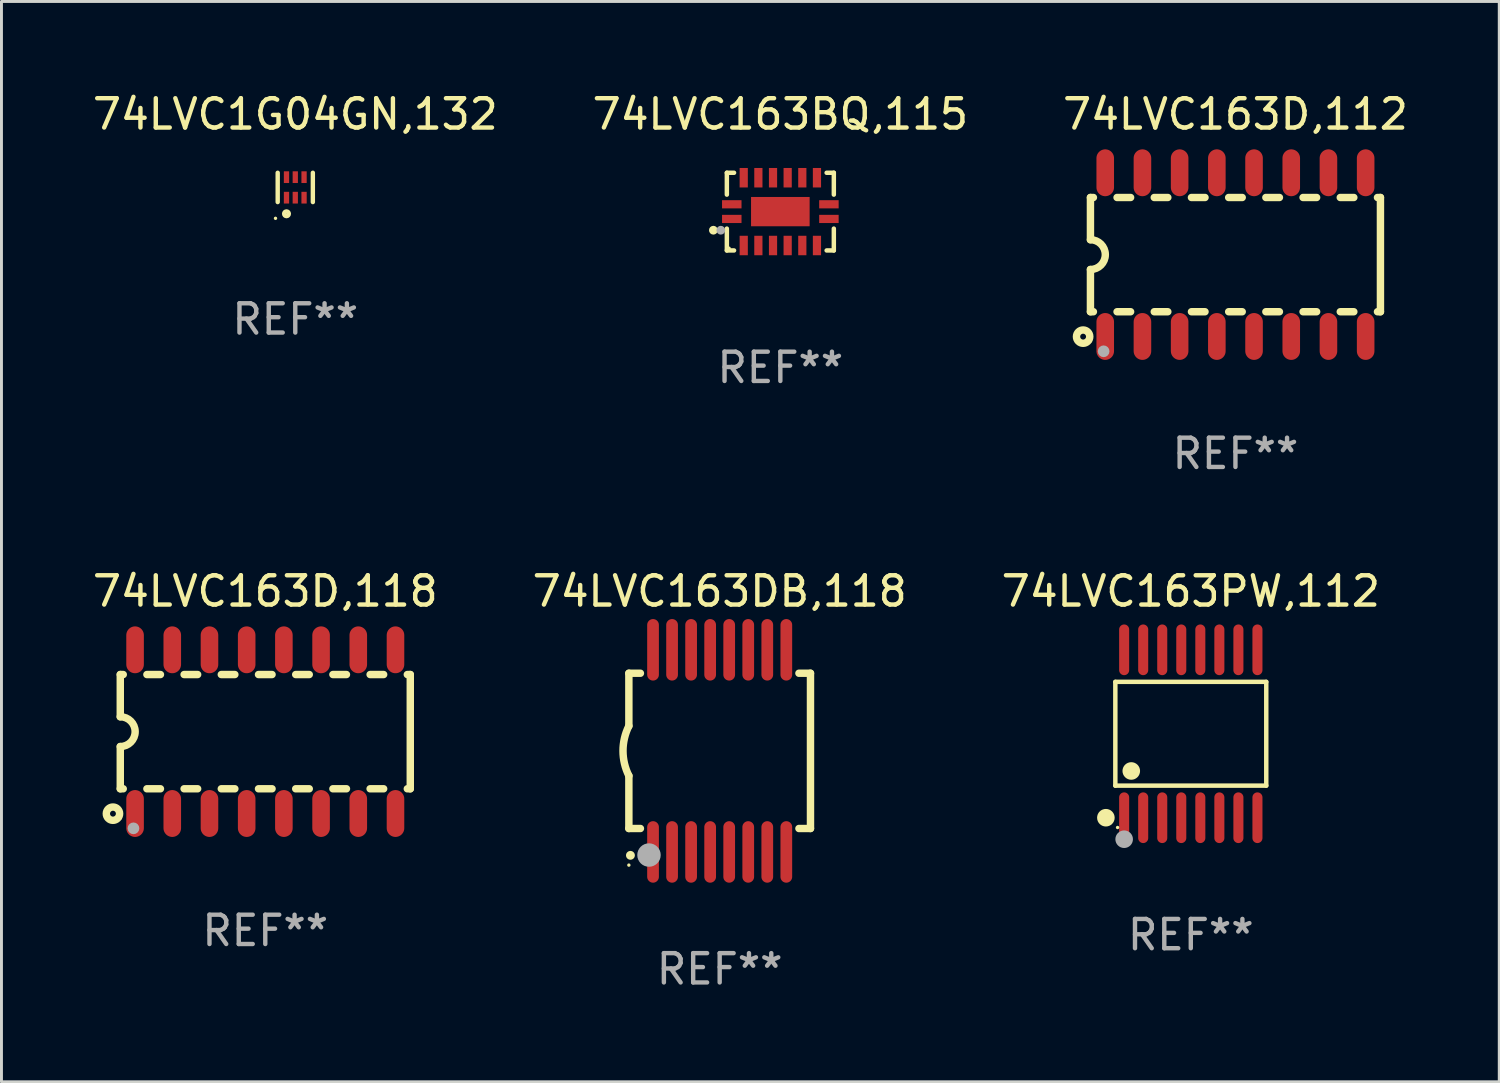
<source format=kicad_pcb>
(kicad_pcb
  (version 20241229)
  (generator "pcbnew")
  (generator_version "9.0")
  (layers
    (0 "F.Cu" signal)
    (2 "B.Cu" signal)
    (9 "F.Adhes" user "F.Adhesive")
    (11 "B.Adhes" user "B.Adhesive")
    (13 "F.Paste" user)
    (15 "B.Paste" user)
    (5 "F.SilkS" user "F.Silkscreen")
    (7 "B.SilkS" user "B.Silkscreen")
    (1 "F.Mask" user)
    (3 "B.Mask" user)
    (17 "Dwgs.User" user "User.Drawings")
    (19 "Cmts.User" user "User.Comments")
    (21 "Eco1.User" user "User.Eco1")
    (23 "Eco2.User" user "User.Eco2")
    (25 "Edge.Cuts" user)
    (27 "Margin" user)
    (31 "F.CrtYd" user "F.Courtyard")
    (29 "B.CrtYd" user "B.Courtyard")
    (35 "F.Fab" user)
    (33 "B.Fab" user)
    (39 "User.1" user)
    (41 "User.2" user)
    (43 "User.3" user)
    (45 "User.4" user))
  (footprint "74LVC163BQ,115"
    (layer "F.Cu")
    (at 23.589 4.174)
    (property "Reference" "74LVC163BQ,115" (at 0 -3.326 0) (layer "F.SilkS") (effects (font (size 1 1) (thickness 0.15))))
    (attr through_hole)
    (fp_line (start -1.826 -1.326) (end -1.58 -1.326) (stroke (width 0.152) (type solid)) (layer "F.SilkS"))
    (fp_line (start -1.826 -0.58) (end -1.826 -1.326) (stroke (width 0.152) (type solid)) (layer "F.SilkS"))
    (fp_line (start -1.826 0.58) (end -1.826 1.326) (stroke (width 0.152) (type solid)) (layer "F.SilkS"))
    (fp_line (start -1.826 1.326) (end -1.58 1.326) (stroke (width 0.152) (type solid)) (layer "F.SilkS"))
    (fp_line (start 1.826 -1.326) (end 1.58 -1.326) (stroke (width 0.152) (type solid)) (layer "F.SilkS"))
    (fp_line (start 1.826 -0.58) (end 1.826 -1.326) (stroke (width 0.152) (type solid)) (layer "F.SilkS"))
    (fp_line (start 1.826 0.58) (end 1.826 1.326) (stroke (width 0.152) (type solid)) (layer "F.SilkS"))
    (fp_line (start 1.826 1.326) (end 1.58 1.326) (stroke (width 0.152) (type solid)) (layer "F.SilkS"))
    (fp_circle (center -2.286 0.635) (end -2.211 0.635) (stroke (width 0.15) (type solid)) (fill no) (layer "F.SilkS"))
    (fp_circle (center -1.75 1.25) (end -1.72 1.25) (stroke (width 0.06) (type solid)) (fill no) (layer "F.SilkS"))
    (fp_circle (center -2.032 0.635) (end -1.957 0.635) (stroke (width 0.15) (type solid)) (fill no) (layer "F.Fab"))
    (fp_text user "REF**" (at 0 5.326 0) (layer "F.Fab") (effects (font (size 1 1) (thickness 0.15))))
    (pad "1" smd rect (at -1.658 0.25) (size 0.665 0.28) (layers "F.Cu" "F.Mask" "F.Paste"))
    (pad "2" smd rect (at -1.25 1.157) (size 0.28 0.665) (layers "F.Cu" "F.Mask" "F.Paste"))
    (pad "3" smd rect (at -0.75 1.157) (size 0.28 0.665) (layers "F.Cu" "F.Mask" "F.Paste"))
    (pad "4" smd rect (at -0.25 1.157) (size 0.28 0.665) (layers "F.Cu" "F.Mask" "F.Paste"))
    (pad "5" smd rect (at 0.25 1.157) (size 0.28 0.665) (layers "F.Cu" "F.Mask" "F.Paste"))
    (pad "6" smd rect (at 0.75 1.157) (size 0.28 0.665) (layers "F.Cu" "F.Mask" "F.Paste"))
    (pad "7" smd rect (at 1.25 1.157) (size 0.28 0.665) (layers "F.Cu" "F.Mask" "F.Paste"))
    (pad "8" smd rect (at 1.658 0.25) (size 0.665 0.28) (layers "F.Cu" "F.Mask" "F.Paste"))
    (pad "9" smd rect (at 1.658 -0.25) (size 0.665 0.28) (layers "F.Cu" "F.Mask" "F.Paste"))
    (pad "10" smd rect (at 1.25 -1.157) (size 0.28 0.665) (layers "F.Cu" "F.Mask" "F.Paste"))
    (pad "11" smd rect (at 0.75 -1.157) (size 0.28 0.665) (layers "F.Cu" "F.Mask" "F.Paste"))
    (pad "12" smd rect (at 0.25 -1.157) (size 0.28 0.665) (layers "F.Cu" "F.Mask" "F.Paste"))
    (pad "13" smd rect (at -0.25 -1.157) (size 0.28 0.665) (layers "F.Cu" "F.Mask" "F.Paste"))
    (pad "14" smd rect (at -0.75 -1.157) (size 0.28 0.665) (layers "F.Cu" "F.Mask" "F.Paste"))
    (pad "15" smd rect (at -1.25 -1.157) (size 0.28 0.665) (layers "F.Cu" "F.Mask" "F.Paste"))
    (pad "16" smd rect (at -1.658 -0.25) (size 0.665 0.28) (layers "F.Cu" "F.Mask" "F.Paste"))
    (pad "17" smd rect (at 0 0) (size 2 1) (layers "F.Cu" "F.Mask" "F.Paste")))
  (footprint "74LVC163D,112"
    (layer "F.Cu")
    (at 39.125 5.642)
    (property "Reference" "74LVC163D,112" (at 0 -4.794 0) (layer "F.SilkS") (effects (font (size 1 1) (thickness 0.15))))
    (attr through_hole)
    (fp_line (start -4.95 -1.95) (end -4.95 -0.508) (stroke (width 0.254) (type solid)) (layer "F.SilkS"))
    (fp_line (start -4.95 -1.95) (end -4.849 -1.95) (stroke (width 0.254) (type solid)) (layer "F.SilkS"))
    (fp_line (start -4.95 1.95) (end -4.95 0.508) (stroke (width 0.254) (type solid)) (layer "F.SilkS"))
    (fp_line (start -4.95 1.95) (end -4.849 1.95) (stroke (width 0.254) (type solid)) (layer "F.SilkS"))
    (fp_line (start -4.041 -1.95) (end -3.579 -1.95) (stroke (width 0.254) (type solid)) (layer "F.SilkS"))
    (fp_line (start -4.041 1.95) (end -3.579 1.95) (stroke (width 0.254) (type solid)) (layer "F.SilkS"))
    (fp_line (start -2.771 -1.95) (end -2.309 -1.95) (stroke (width 0.254) (type solid)) (layer "F.SilkS"))
    (fp_line (start -2.771 1.95) (end -2.309 1.95) (stroke (width 0.254) (type solid)) (layer "F.SilkS"))
    (fp_line (start -1.501 -1.95) (end -1.039 -1.95) (stroke (width 0.254) (type solid)) (layer "F.SilkS"))
    (fp_line (start -1.501 1.95) (end -1.039 1.95) (stroke (width 0.254) (type solid)) (layer "F.SilkS"))
    (fp_line (start -0.231 -1.95) (end 0.231 -1.95) (stroke (width 0.254) (type solid)) (layer "F.SilkS"))
    (fp_line (start -0.231 1.95) (end 0.231 1.95) (stroke (width 0.254) (type solid)) (layer "F.SilkS"))
    (fp_line (start 1.039 -1.95) (end 1.501 -1.95) (stroke (width 0.254) (type solid)) (layer "F.SilkS"))
    (fp_line (start 1.039 1.95) (end 1.501 1.95) (stroke (width 0.254) (type solid)) (layer "F.SilkS"))
    (fp_line (start 2.309 -1.95) (end 2.771 -1.95) (stroke (width 0.254) (type solid)) (layer "F.SilkS"))
    (fp_line (start 2.309 1.95) (end 2.771 1.95) (stroke (width 0.254) (type solid)) (layer "F.SilkS"))
    (fp_line (start 3.579 -1.95) (end 4.041 -1.95) (stroke (width 0.254) (type solid)) (layer "F.SilkS"))
    (fp_line (start 3.579 1.95) (end 4.041 1.95) (stroke (width 0.254) (type solid)) (layer "F.SilkS"))
    (fp_line (start 4.849 -1.95) (end 4.95 -1.95) (stroke (width 0.254) (type solid)) (layer "F.SilkS"))
    (fp_line (start 4.849 1.95) (end 4.95 1.95) (stroke (width 0.254) (type solid)) (layer "F.SilkS"))
    (fp_line (start 4.95 -1.95) (end 4.95 1.95) (stroke (width 0.254) (type solid)) (layer "F.SilkS"))
    (fp_arc (start -4.95047 -0.508001) (mid -4.442469 -0.000228) (end -4.950013 0.508001) (stroke (width 0.254001) (type solid)) (layer "F.SilkS"))
    (fp_circle (center -5.2 2.8) (end -5.1 2.8) (stroke (width 0.254) (type solid)) (fill no) (layer "F.SilkS"))
    (fp_circle (center -4.95 2.947) (end -4.92 2.947) (stroke (width 0.06) (type solid)) (fill no) (layer "F.SilkS"))
    (fp_circle (center -4.5 3.3) (end -4.4 3.3) (stroke (width 0.2) (type solid)) (fill no) (layer "F.Fab"))
    (fp_text user "REF**" (at 0 6.794 0) (layer "F.Fab") (effects (font (size 1 1) (thickness 0.15))))
    (pad "1" smd oval (at -4.445 2.794) (size 0.6 1.6) (layers "F.Cu" "F.Mask" "F.Paste"))
    (pad "2" smd oval (at -3.175 2.794) (size 0.6 1.6) (layers "F.Cu" "F.Mask" "F.Paste"))
    (pad "3" smd oval (at -1.905 2.794) (size 0.6 1.6) (layers "F.Cu" "F.Mask" "F.Paste"))
    (pad "4" smd oval (at -0.635 2.794) (size 0.6 1.6) (layers "F.Cu" "F.Mask" "F.Paste"))
    (pad "5" smd oval (at 0.635 2.794) (size 0.6 1.6) (layers "F.Cu" "F.Mask" "F.Paste"))
    (pad "6" smd oval (at 1.905 2.794) (size 0.6 1.6) (layers "F.Cu" "F.Mask" "F.Paste"))
    (pad "7" smd oval (at 3.175 2.794) (size 0.6 1.6) (layers "F.Cu" "F.Mask" "F.Paste"))
    (pad "8" smd oval (at 4.445 2.794) (size 0.6 1.6) (layers "F.Cu" "F.Mask" "F.Paste"))
    (pad "9" smd oval (at 4.445 -2.794) (size 0.6 1.6) (layers "F.Cu" "F.Mask" "F.Paste"))
    (pad "10" smd oval (at 3.175 -2.794) (size 0.6 1.6) (layers "F.Cu" "F.Mask" "F.Paste"))
    (pad "11" smd oval (at 1.905 -2.794) (size 0.6 1.6) (layers "F.Cu" "F.Mask" "F.Paste"))
    (pad "12" smd oval (at 0.635 -2.794) (size 0.6 1.6) (layers "F.Cu" "F.Mask" "F.Paste"))
    (pad "13" smd oval (at -0.635 -2.794) (size 0.6 1.6) (layers "F.Cu" "F.Mask" "F.Paste"))
    (pad "14" smd oval (at -1.905 -2.794) (size 0.6 1.6) (layers "F.Cu" "F.Mask" "F.Paste"))
    (pad "15" smd oval (at -3.175 -2.794) (size 0.6 1.6) (layers "F.Cu" "F.Mask" "F.Paste"))
    (pad "16" smd oval (at -4.445 -2.794) (size 0.6 1.6) (layers "F.Cu" "F.Mask" "F.Paste")))
  (footprint "74LVC163PW,112"
    (layer "F.Cu")
    (at 37.601 21.999)
    (property "Reference" "74LVC163PW,112" (at 0 -4.866 0) (layer "F.SilkS") (effects (font (size 1 1) (thickness 0.15))))
    (attr through_hole)
    (fp_line (start -2.576 -1.772) (end 2.576 -1.772) (stroke (width 0.152) (type solid)) (layer "F.SilkS"))
    (fp_line (start -2.576 1.771) (end -2.576 -1.772) (stroke (width 0.152) (type solid)) (layer "F.SilkS"))
    (fp_line (start 2.576 -1.772) (end 2.576 1.771) (stroke (width 0.152) (type solid)) (layer "F.SilkS"))
    (fp_line (start 2.576 1.771) (end -2.576 1.771) (stroke (width 0.152) (type solid)) (layer "F.SilkS"))
    (fp_circle (center -2.899 2.866) (end -2.749 2.866) (stroke (width 0.3) (type solid)) (fill no) (layer "F.SilkS"))
    (fp_circle (center -2.5 3.2) (end -2.47 3.2) (stroke (width 0.06) (type solid)) (fill no) (layer "F.SilkS"))
    (fp_circle (center -2.032 1.27) (end -1.882 1.27) (stroke (width 0.3) (type solid)) (fill no) (layer "F.SilkS"))
    (fp_circle (center -2.275 3.6) (end -2.125 3.6) (stroke (width 0.3) (type solid)) (fill no) (layer "F.Fab"))
    (fp_text user "REF**" (at 0 6.866 0) (layer "F.Fab") (effects (font (size 1 1) (thickness 0.15))))
    (pad "1" smd oval (at -2.275 2.866) (size 0.343 1.731) (layers "F.Cu" "F.Mask" "F.Paste"))
    (pad "2" smd oval (at -1.625 2.866) (size 0.343 1.731) (layers "F.Cu" "F.Mask" "F.Paste"))
    (pad "3" smd oval (at -0.975 2.866) (size 0.343 1.731) (layers "F.Cu" "F.Mask" "F.Paste"))
    (pad "4" smd oval (at -0.325 2.866) (size 0.343 1.731) (layers "F.Cu" "F.Mask" "F.Paste"))
    (pad "5" smd oval (at 0.325 2.866) (size 0.343 1.731) (layers "F.Cu" "F.Mask" "F.Paste"))
    (pad "6" smd oval (at 0.975 2.866) (size 0.343 1.731) (layers "F.Cu" "F.Mask" "F.Paste"))
    (pad "7" smd oval (at 1.625 2.866) (size 0.343 1.731) (layers "F.Cu" "F.Mask" "F.Paste"))
    (pad "8" smd oval (at 2.275 2.866) (size 0.343 1.731) (layers "F.Cu" "F.Mask" "F.Paste"))
    (pad "9" smd oval (at 2.275 -2.866) (size 0.343 1.731) (layers "F.Cu" "F.Mask" "F.Paste"))
    (pad "10" smd oval (at 1.625 -2.866) (size 0.343 1.731) (layers "F.Cu" "F.Mask" "F.Paste"))
    (pad "11" smd oval (at 0.975 -2.866) (size 0.343 1.731) (layers "F.Cu" "F.Mask" "F.Paste"))
    (pad "12" smd oval (at 0.325 -2.866) (size 0.343 1.731) (layers "F.Cu" "F.Mask" "F.Paste"))
    (pad "13" smd oval (at -0.325 -2.866) (size 0.343 1.731) (layers "F.Cu" "F.Mask" "F.Paste"))
    (pad "14" smd oval (at -0.975 -2.866) (size 0.343 1.731) (layers "F.Cu" "F.Mask" "F.Paste"))
    (pad "15" smd oval (at -1.625 -2.866) (size 0.343 1.731) (layers "F.Cu" "F.Mask" "F.Paste"))
    (pad "16" smd oval (at -2.275 -2.866) (size 0.343 1.731) (layers "F.Cu" "F.Mask" "F.Paste")))
  (footprint "74LVC1G04GN,132"
    (layer "F.Cu")
    (at 7.03 3.348)
    (property "Reference" "74LVC1G04GN,132" (at 0 -2.5 0) (layer "F.SilkS") (effects (font (size 1 1) (thickness 0.15))))
    (attr through_hole)
    (fp_line (start -0.6 -0.5) (end -0.6 0.5) (stroke (width 0.15) (type solid)) (layer "F.SilkS"))
    (fp_line (start 0.6 0.5) (end 0.6 -0.5) (stroke (width 0.15) (type solid)) (layer "F.SilkS"))
    (fp_circle (center -0.675 1.055) (end -0.645 1.055) (stroke (width 0.06) (type solid)) (fill no) (layer "F.SilkS"))
    (fp_circle (center -0.3 0.9) (end -0.22 0.9) (stroke (width 0.15) (type solid)) (fill no) (layer "F.SilkS"))
    (fp_text user "REF**" (at 0 4.5 0) (layer "F.Fab") (effects (font (size 1 1) (thickness 0.15))))
    (pad "1" smd rect (at -0.3 0.35) (size 0.18 0.4) (layers "F.Cu" "F.Mask" "F.Paste"))
    (pad "2" smd rect (at 0.000025 0.35) (size 0.18 0.4) (layers "F.Cu" "F.Mask" "F.Paste"))
    (pad "3" smd rect (at 0.3 0.35) (size 0.18 0.4) (layers "F.Cu" "F.Mask" "F.Paste"))
    (pad "4" smd rect (at 0.3 -0.35) (size 0.18 0.4) (layers "F.Cu" "F.Mask" "F.Paste"))
    (pad "5" smd rect (at 0.000025 -0.35) (size 0.18 0.4) (layers "F.Cu" "F.Mask" "F.Paste"))
    (pad "6" smd rect (at -0.3 -0.35) (size 0.18 0.4) (layers "F.Cu" "F.Mask" "F.Paste")))
  (footprint "74LVC163DB,118"
    (layer "F.Cu")
    (at 21.518 22.583)
    (property "Reference" "74LVC163DB,118" (at 0 -5.45 0) (layer "F.SilkS") (effects (font (size 1 1) (thickness 0.15))))
    (attr through_hole)
    (fp_line (start -3.1 -2.65) (end -3.1 -0.85) (stroke (width 0.254) (type solid)) (layer "F.SilkS"))
    (fp_line (start -3.1 -2.65) (end -2.706 -2.65) (stroke (width 0.254) (type solid)) (layer "F.SilkS"))
    (fp_line (start -3.1 2.65) (end -3.1 0.85) (stroke (width 0.254) (type solid)) (layer "F.SilkS"))
    (fp_line (start -3.1 2.65) (end -2.706 2.65) (stroke (width 0.254) (type solid)) (layer "F.SilkS"))
    (fp_line (start 2.706 -2.65) (end 3.1 -2.65) (stroke (width 0.254) (type solid)) (layer "F.SilkS"))
    (fp_line (start 2.706 2.65) (end 3.1 2.65) (stroke (width 0.254) (type solid)) (layer "F.SilkS"))
    (fp_line (start 3.1 -2.65) (end 3.1 2.65) (stroke (width 0.254) (type solid)) (layer "F.SilkS"))
    (fp_arc (start -3.098907 0.850902) (mid -3.300057 0.000523) (end -3.1 -0.850114) (stroke (width 0.254001) (type solid)) (layer "F.SilkS"))
    (fp_arc (start -3.048006 3.566066) (mid -3.046736 3.566061) (end -3.045466 3.566066) (stroke (width 0.3) (type solid)) (layer "F.SilkS"))
    (fp_circle (center -3.1 3.9) (end -3.07 3.9) (stroke (width 0.06) (type solid)) (fill no) (layer "F.SilkS"))
    (fp_circle (center -2.413 3.556) (end -2.213 3.556) (stroke (width 0.4) (type solid)) (fill no) (layer "F.Fab"))
    (fp_text user "REF**" (at 0 7.45 0) (layer "F.Fab") (effects (font (size 1 1) (thickness 0.15))))
    (pad "1" smd oval (at -2.275 3.45 180) (size 0.4 2.1) (layers "F.Cu" "F.Mask" "F.Paste"))
    (pad "2" smd oval (at -1.625 3.45 180) (size 0.4 2.1) (layers "F.Cu" "F.Mask" "F.Paste"))
    (pad "3" smd oval (at -0.975 3.45 180) (size 0.4 2.1) (layers "F.Cu" "F.Mask" "F.Paste"))
    (pad "4" smd oval (at -0.325 3.45 180) (size 0.4 2.1) (layers "F.Cu" "F.Mask" "F.Paste"))
    (pad "5" smd oval (at 0.325 3.45 180) (size 0.4 2.1) (layers "F.Cu" "F.Mask" "F.Paste"))
    (pad "6" smd oval (at 0.975 3.45 180) (size 0.4 2.1) (layers "F.Cu" "F.Mask" "F.Paste"))
    (pad "7" smd oval (at 1.625 3.45 180) (size 0.4 2.1) (layers "F.Cu" "F.Mask" "F.Paste"))
    (pad "8" smd oval (at 2.275 3.45 180) (size 0.4 2.1) (layers "F.Cu" "F.Mask" "F.Paste"))
    (pad "9" smd oval (at 2.275 -3.45 180) (size 0.4 2.1) (layers "F.Cu" "F.Mask" "F.Paste"))
    (pad "10" smd oval (at 1.625 -3.45 180) (size 0.4 2.1) (layers "F.Cu" "F.Mask" "F.Paste"))
    (pad "11" smd oval (at 0.975 -3.45 180) (size 0.4 2.1) (layers "F.Cu" "F.Mask" "F.Paste"))
    (pad "12" smd oval (at 0.325 -3.45 180) (size 0.4 2.1) (layers "F.Cu" "F.Mask" "F.Paste"))
    (pad "13" smd oval (at -0.325 -3.45 180) (size 0.4 2.1) (layers "F.Cu" "F.Mask" "F.Paste"))
    (pad "14" smd oval (at -0.975 -3.45 180) (size 0.4 2.1) (layers "F.Cu" "F.Mask" "F.Paste"))
    (pad "15" smd oval (at -1.625 -3.45 180) (size 0.4 2.1) (layers "F.Cu" "F.Mask" "F.Paste"))
    (pad "16" smd oval (at -2.275 -3.45 180) (size 0.4 2.1) (layers "F.Cu" "F.Mask" "F.Paste")))
  (footprint "74LVC163D,118"
    (layer "F.Cu")
    (at 6.006 21.927)
    (property "Reference" "74LVC163D,118" (at 0 -4.794 0) (layer "F.SilkS") (effects (font (size 1 1) (thickness 0.15))))
    (attr through_hole)
    (fp_line (start -4.95 -1.95) (end -4.95 -0.508) (stroke (width 0.254) (type solid)) (layer "F.SilkS"))
    (fp_line (start -4.95 -1.95) (end -4.849 -1.95) (stroke (width 0.254) (type solid)) (layer "F.SilkS"))
    (fp_line (start -4.95 1.95) (end -4.95 0.508) (stroke (width 0.254) (type solid)) (layer "F.SilkS"))
    (fp_line (start -4.95 1.95) (end -4.849 1.95) (stroke (width 0.254) (type solid)) (layer "F.SilkS"))
    (fp_line (start -4.041 -1.95) (end -3.579 -1.95) (stroke (width 0.254) (type solid)) (layer "F.SilkS"))
    (fp_line (start -4.041 1.95) (end -3.579 1.95) (stroke (width 0.254) (type solid)) (layer "F.SilkS"))
    (fp_line (start -2.771 -1.95) (end -2.309 -1.95) (stroke (width 0.254) (type solid)) (layer "F.SilkS"))
    (fp_line (start -2.771 1.95) (end -2.309 1.95) (stroke (width 0.254) (type solid)) (layer "F.SilkS"))
    (fp_line (start -1.501 -1.95) (end -1.039 -1.95) (stroke (width 0.254) (type solid)) (layer "F.SilkS"))
    (fp_line (start -1.501 1.95) (end -1.039 1.95) (stroke (width 0.254) (type solid)) (layer "F.SilkS"))
    (fp_line (start -0.231 -1.95) (end 0.231 -1.95) (stroke (width 0.254) (type solid)) (layer "F.SilkS"))
    (fp_line (start -0.231 1.95) (end 0.231 1.95) (stroke (width 0.254) (type solid)) (layer "F.SilkS"))
    (fp_line (start 1.039 -1.95) (end 1.501 -1.95) (stroke (width 0.254) (type solid)) (layer "F.SilkS"))
    (fp_line (start 1.039 1.95) (end 1.501 1.95) (stroke (width 0.254) (type solid)) (layer "F.SilkS"))
    (fp_line (start 2.309 -1.95) (end 2.771 -1.95) (stroke (width 0.254) (type solid)) (layer "F.SilkS"))
    (fp_line (start 2.309 1.95) (end 2.771 1.95) (stroke (width 0.254) (type solid)) (layer "F.SilkS"))
    (fp_line (start 3.579 -1.95) (end 4.041 -1.95) (stroke (width 0.254) (type solid)) (layer "F.SilkS"))
    (fp_line (start 3.579 1.95) (end 4.041 1.95) (stroke (width 0.254) (type solid)) (layer "F.SilkS"))
    (fp_line (start 4.849 -1.95) (end 4.95 -1.95) (stroke (width 0.254) (type solid)) (layer "F.SilkS"))
    (fp_line (start 4.849 1.95) (end 4.95 1.95) (stroke (width 0.254) (type solid)) (layer "F.SilkS"))
    (fp_line (start 4.95 -1.95) (end 4.95 1.95) (stroke (width 0.254) (type solid)) (layer "F.SilkS"))
    (fp_arc (start -4.95047 -0.508001) (mid -4.442469 -0.000228) (end -4.950013 0.508001) (stroke (width 0.254001) (type solid)) (layer "F.SilkS"))
    (fp_circle (center -5.2 2.8) (end -5.1 2.8) (stroke (width 0.254) (type solid)) (fill no) (layer "F.SilkS"))
    (fp_circle (center -4.95 2.947) (end -4.92 2.947) (stroke (width 0.06) (type solid)) (fill no) (layer "F.SilkS"))
    (fp_circle (center -4.5 3.3) (end -4.4 3.3) (stroke (width 0.2) (type solid)) (fill no) (layer "F.Fab"))
    (fp_text user "REF**" (at 0 6.794 0) (layer "F.Fab") (effects (font (size 1 1) (thickness 0.15))))
    (pad "1" smd oval (at -4.445 2.794) (size 0.6 1.6) (layers "F.Cu" "F.Mask" "F.Paste"))
    (pad "2" smd oval (at -3.175 2.794) (size 0.6 1.6) (layers "F.Cu" "F.Mask" "F.Paste"))
    (pad "3" smd oval (at -1.905 2.794) (size 0.6 1.6) (layers "F.Cu" "F.Mask" "F.Paste"))
    (pad "4" smd oval (at -0.635 2.794) (size 0.6 1.6) (layers "F.Cu" "F.Mask" "F.Paste"))
    (pad "5" smd oval (at 0.635 2.794) (size 0.6 1.6) (layers "F.Cu" "F.Mask" "F.Paste"))
    (pad "6" smd oval (at 1.905 2.794) (size 0.6 1.6) (layers "F.Cu" "F.Mask" "F.Paste"))
    (pad "7" smd oval (at 3.175 2.794) (size 0.6 1.6) (layers "F.Cu" "F.Mask" "F.Paste"))
    (pad "8" smd oval (at 4.445 2.794) (size 0.6 1.6) (layers "F.Cu" "F.Mask" "F.Paste"))
    (pad "9" smd oval (at 4.445 -2.794) (size 0.6 1.6) (layers "F.Cu" "F.Mask" "F.Paste"))
    (pad "10" smd oval (at 3.175 -2.794) (size 0.6 1.6) (layers "F.Cu" "F.Mask" "F.Paste"))
    (pad "11" smd oval (at 1.905 -2.794) (size 0.6 1.6) (layers "F.Cu" "F.Mask" "F.Paste"))
    (pad "12" smd oval (at 0.635 -2.794) (size 0.6 1.6) (layers "F.Cu" "F.Mask" "F.Paste"))
    (pad "13" smd oval (at -0.635 -2.794) (size 0.6 1.6) (layers "F.Cu" "F.Mask" "F.Paste"))
    (pad "14" smd oval (at -1.905 -2.794) (size 0.6 1.6) (layers "F.Cu" "F.Mask" "F.Paste"))
    (pad "15" smd oval (at -3.175 -2.794) (size 0.6 1.6) (layers "F.Cu" "F.Mask" "F.Paste"))
    (pad "16" smd oval (at -4.445 -2.794) (size 0.6 1.6) (layers "F.Cu" "F.Mask" "F.Paste")))
  (gr_rect
    (start -3 -3)
    (end 48.131 33.881)
    (stroke (width 0.1) (type default))
    (fill no)
    (layer "Edge.Cuts")))
</source>
